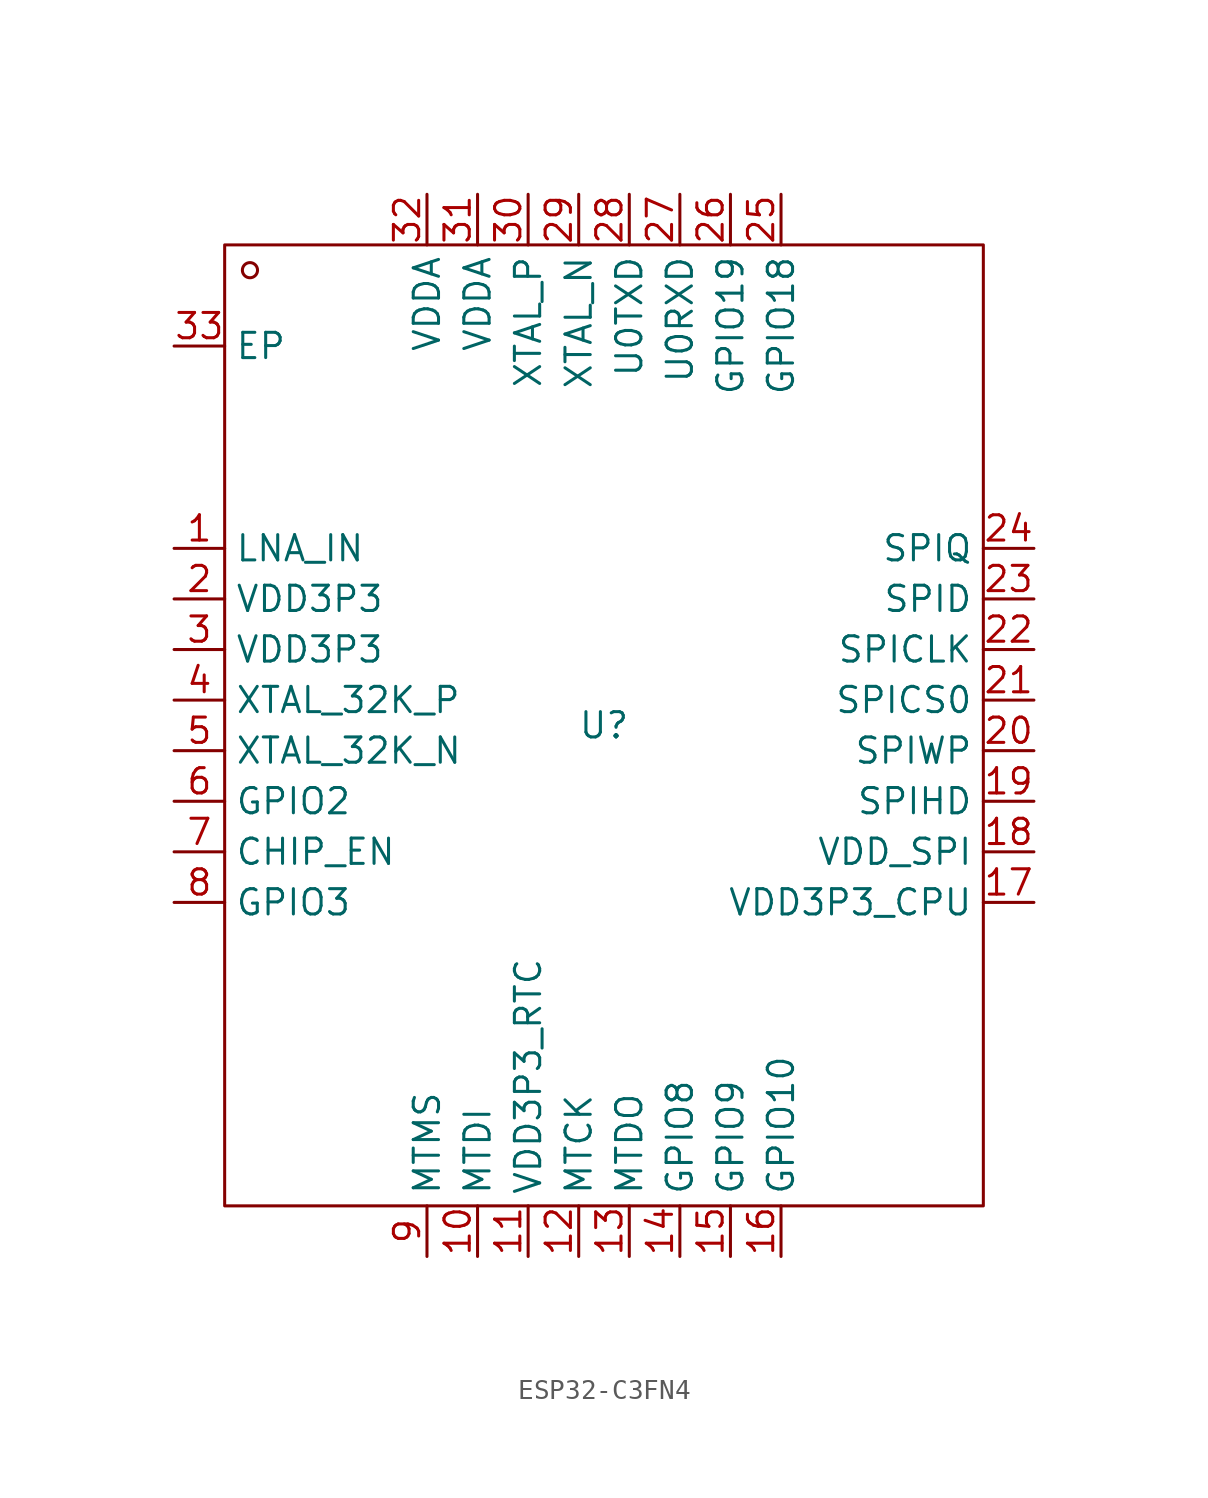
<source format=kicad_sym>
(kicad_symbol_lib
  (version 20241209)
  (generator "kicad_symbol_editor")
  (generator_version "9.0")
  (symbol "ESP32-C3FN4"
    (property "Reference" "U"
      (at 0 0 0)
      (effects (font (size 1.27 1.27))))
    (property "Value" ""
      (at 0 0 0)
      (effects (font (size 1.27 1.27))))
    (symbol "ESP32-C3FN4_1_0"
      (rectangle (start -19.05 -24.13) (end 19.05 24.13) (stroke (width 0) (type default)) (fill (type none)))
      (circle (center -17.78 22.86) (radius 0.381) (stroke (width 0) (type default)) (fill (type none)))
      (pin unspecified line (at -21.59 19.05 0) (length 2.54) (name "EP" (effects (font (size 1.27 1.27)))) (number "33" (effects (font (size 1.27 1.27)))))
      (pin unspecified line (at -21.59 8.89 0) (length 2.54) (name "LNA_IN" (effects (font (size 1.27 1.27)))) (number "1" (effects (font (size 1.27 1.27)))))
      (pin unspecified line (at -21.59 6.35 0) (length 2.54) (name "VDD3P3" (effects (font (size 1.27 1.27)))) (number "2" (effects (font (size 1.27 1.27)))))
      (pin unspecified line (at -21.59 3.81 0) (length 2.54) (name "VDD3P3" (effects (font (size 1.27 1.27)))) (number "3" (effects (font (size 1.27 1.27)))))
      (pin unspecified line (at -21.59 1.27 0) (length 2.54) (name "XTAL_32K_P" (effects (font (size 1.27 1.27)))) (number "4" (effects (font (size 1.27 1.27)))))
      (pin unspecified line (at -21.59 -1.27 0) (length 2.54) (name "XTAL_32K_N" (effects (font (size 1.27 1.27)))) (number "5" (effects (font (size 1.27 1.27)))))
      (pin unspecified line (at -21.59 -3.81 0) (length 2.54) (name "GPIO2" (effects (font (size 1.27 1.27)))) (number "6" (effects (font (size 1.27 1.27)))))
      (pin unspecified line (at -21.59 -6.35 0) (length 2.54) (name "CHIP_EN" (effects (font (size 1.27 1.27)))) (number "7" (effects (font (size 1.27 1.27)))))
      (pin unspecified line (at -21.59 -8.89 0) (length 2.54) (name "GPIO3" (effects (font (size 1.27 1.27)))) (number "8" (effects (font (size 1.27 1.27)))))
      (pin unspecified line (at -8.89 26.67 270) (length 2.54) (name "VDDA" (effects (font (size 1.27 1.27)))) (number "32" (effects (font (size 1.27 1.27)))))
      (pin unspecified line (at -8.89 -26.67 90) (length 2.54) (name "MTMS" (effects (font (size 1.27 1.27)))) (number "9" (effects (font (size 1.27 1.27)))))
      (pin unspecified line (at -6.35 26.67 270) (length 2.54) (name "VDDA" (effects (font (size 1.27 1.27)))) (number "31" (effects (font (size 1.27 1.27)))))
      (pin unspecified line (at -6.35 -26.67 90) (length 2.54) (name "MTDI" (effects (font (size 1.27 1.27)))) (number "10" (effects (font (size 1.27 1.27)))))
      (pin unspecified line (at -3.81 26.67 270) (length 2.54) (name "XTAL_P" (effects (font (size 1.27 1.27)))) (number "30" (effects (font (size 1.27 1.27)))))
      (pin unspecified line (at -3.81 -26.67 90) (length 2.54) (name "VDD3P3_RTC" (effects (font (size 1.27 1.27)))) (number "11" (effects (font (size 1.27 1.27)))))
      (pin unspecified line (at -1.27 26.67 270) (length 2.54) (name "XTAL_N" (effects (font (size 1.27 1.27)))) (number "29" (effects (font (size 1.27 1.27)))))
      (pin unspecified line (at -1.27 -26.67 90) (length 2.54) (name "MTCK" (effects (font (size 1.27 1.27)))) (number "12" (effects (font (size 1.27 1.27)))))
      (pin unspecified line (at 1.27 26.67 270) (length 2.54) (name "U0TXD" (effects (font (size 1.27 1.27)))) (number "28" (effects (font (size 1.27 1.27)))))
      (pin unspecified line (at 1.27 -26.67 90) (length 2.54) (name "MTDO" (effects (font (size 1.27 1.27)))) (number "13" (effects (font (size 1.27 1.27)))))
      (pin unspecified line (at 3.81 26.67 270) (length 2.54) (name "U0RXD" (effects (font (size 1.27 1.27)))) (number "27" (effects (font (size 1.27 1.27)))))
      (pin unspecified line (at 3.81 -26.67 90) (length 2.54) (name "GPIO8" (effects (font (size 1.27 1.27)))) (number "14" (effects (font (size 1.27 1.27)))))
      (pin unspecified line (at 6.35 26.67 270) (length 2.54) (name "GPIO19" (effects (font (size 1.27 1.27)))) (number "26" (effects (font (size 1.27 1.27)))))
      (pin unspecified line (at 6.35 -26.67 90) (length 2.54) (name "GPIO9" (effects (font (size 1.27 1.27)))) (number "15" (effects (font (size 1.27 1.27)))))
      (pin unspecified line (at 8.89 26.67 270) (length 2.54) (name "GPIO18" (effects (font (size 1.27 1.27)))) (number "25" (effects (font (size 1.27 1.27)))))
      (pin unspecified line (at 8.89 -26.67 90) (length 2.54) (name "GPIO10" (effects (font (size 1.27 1.27)))) (number "16" (effects (font (size 1.27 1.27)))))
      (pin unspecified line (at 21.59 8.89 180) (length 2.54) (name "SPIQ" (effects (font (size 1.27 1.27)))) (number "24" (effects (font (size 1.27 1.27)))))
      (pin unspecified line (at 21.59 6.35 180) (length 2.54) (name "SPID" (effects (font (size 1.27 1.27)))) (number "23" (effects (font (size 1.27 1.27)))))
      (pin unspecified line (at 21.59 3.81 180) (length 2.54) (name "SPICLK" (effects (font (size 1.27 1.27)))) (number "22" (effects (font (size 1.27 1.27)))))
      (pin unspecified line (at 21.59 1.27 180) (length 2.54) (name "SPICS0" (effects (font (size 1.27 1.27)))) (number "21" (effects (font (size 1.27 1.27)))))
      (pin unspecified line (at 21.59 -1.27 180) (length 2.54) (name "SPIWP" (effects (font (size 1.27 1.27)))) (number "20" (effects (font (size 1.27 1.27)))))
      (pin unspecified line (at 21.59 -3.81 180) (length 2.54) (name "SPIHD" (effects (font (size 1.27 1.27)))) (number "19" (effects (font (size 1.27 1.27)))))
      (pin unspecified line (at 21.59 -6.35 180) (length 2.54) (name "VDD_SPI" (effects (font (size 1.27 1.27)))) (number "18" (effects (font (size 1.27 1.27)))))
      (pin unspecified line (at 21.59 -8.89 180) (length 2.54) (name "VDD3P3_CPU" (effects (font (size 1.27 1.27)))) (number "17" (effects (font (size 1.27 1.27))))))))
</source>
